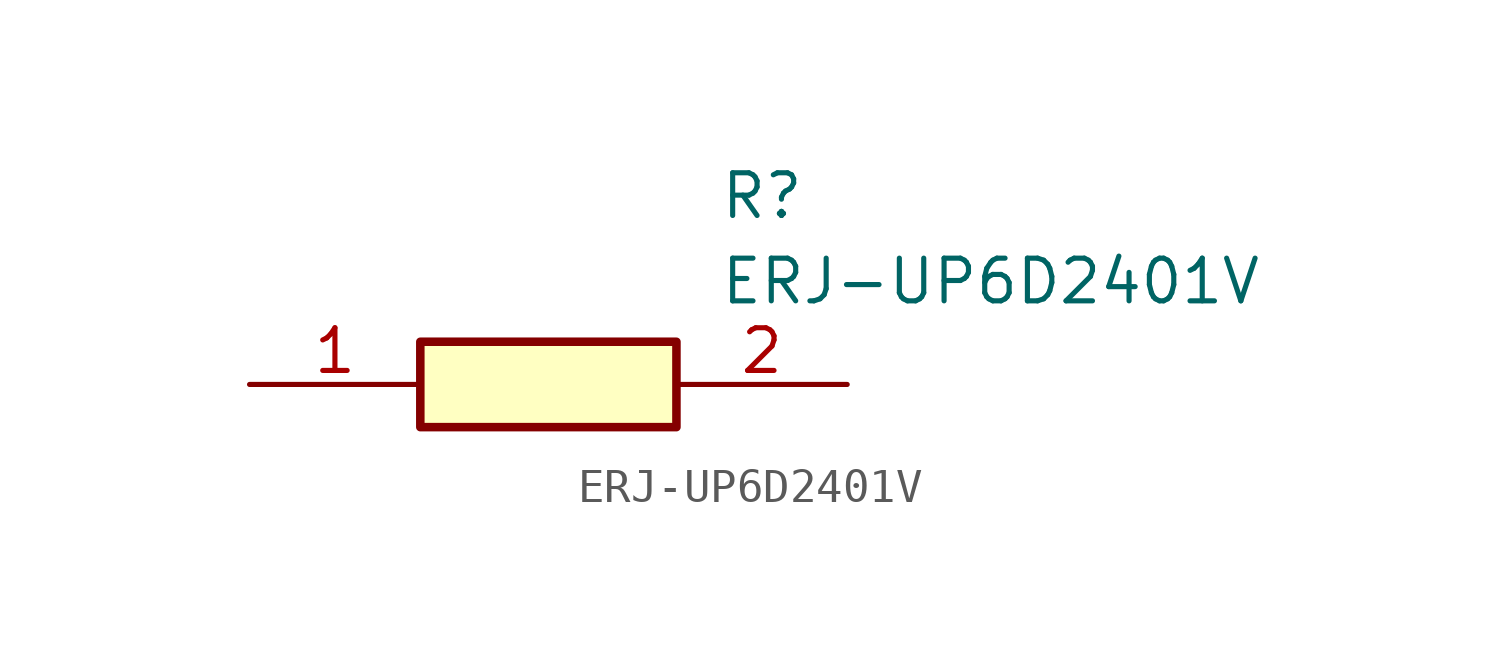
<source format=kicad_sym>
(kicad_symbol_lib
  (version 20211014)
  (generator SamacSys_ECAD_Model)
  (symbol "ERJ-UP6D2401V"
    (pin_names hide)
    (property "Reference" "R"
      (at 13.97 6.35 0)
      (effects (font (size 1.27 1.27)) (justify left top)))
    (property "Value" "ERJ-UP6D2401V"
      (at 13.97 3.81 0)
      (effects (font (size 1.27 1.27)) (justify left top)))
    (rectangle
      (start 5.08 1.27)
      (end 12.7 -1.27)
      (stroke (width 0.254) (type default))
      (fill (type background)))
    (pin passive line
      (at 0 0 0)
      (length 5.08)
      (name "1" (effects (font (size 1.27 1.27))))
      (number "1" (effects (font (size 1.27 1.27)))))
    (pin passive line
      (at 17.78 0 180)
      (length 5.08)
      (name "2" (effects (font (size 1.27 1.27))))
      (number "2" (effects (font (size 1.27 1.27)))))))
</source>
